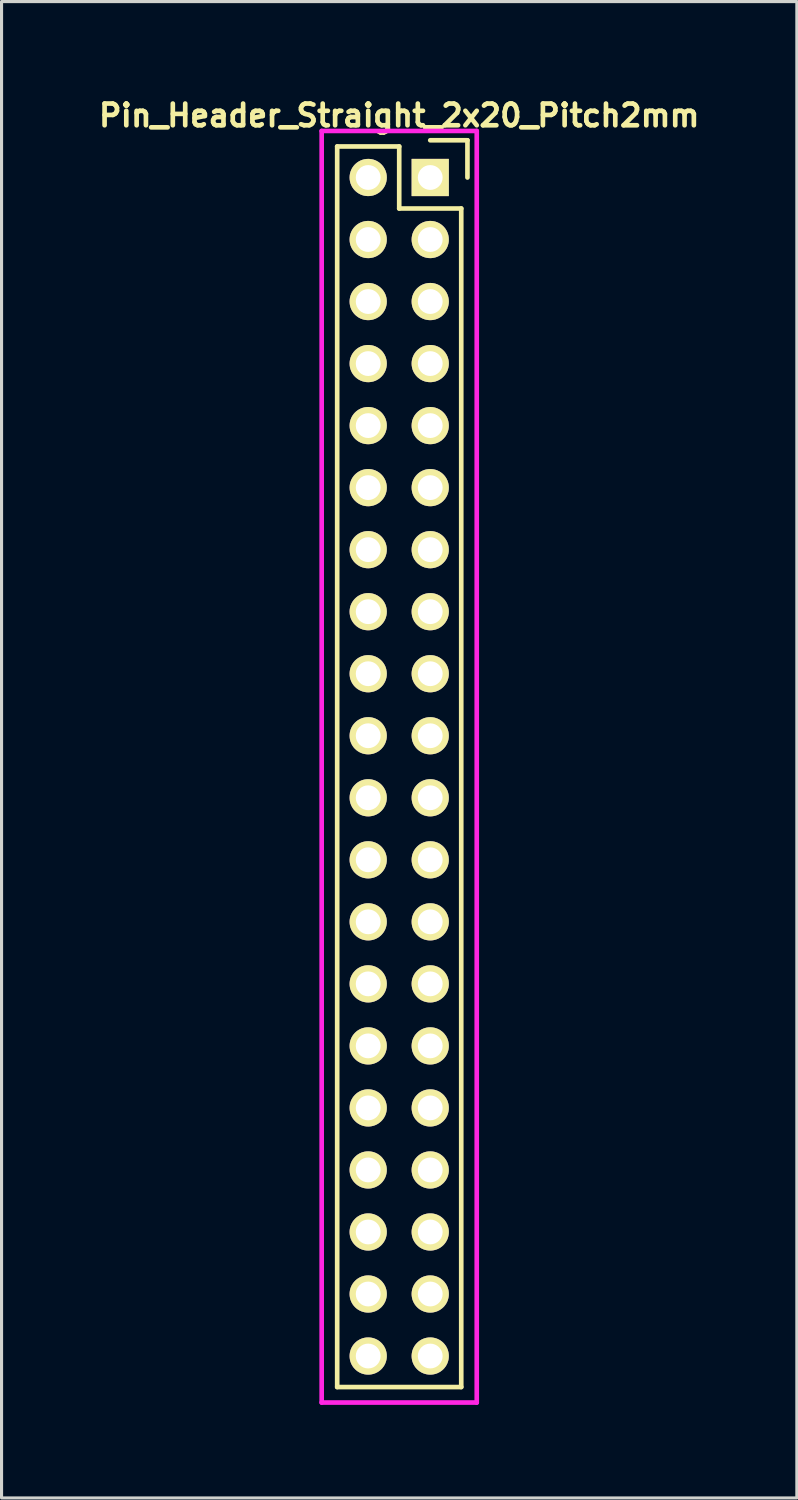
<source format=kicad_pcb>
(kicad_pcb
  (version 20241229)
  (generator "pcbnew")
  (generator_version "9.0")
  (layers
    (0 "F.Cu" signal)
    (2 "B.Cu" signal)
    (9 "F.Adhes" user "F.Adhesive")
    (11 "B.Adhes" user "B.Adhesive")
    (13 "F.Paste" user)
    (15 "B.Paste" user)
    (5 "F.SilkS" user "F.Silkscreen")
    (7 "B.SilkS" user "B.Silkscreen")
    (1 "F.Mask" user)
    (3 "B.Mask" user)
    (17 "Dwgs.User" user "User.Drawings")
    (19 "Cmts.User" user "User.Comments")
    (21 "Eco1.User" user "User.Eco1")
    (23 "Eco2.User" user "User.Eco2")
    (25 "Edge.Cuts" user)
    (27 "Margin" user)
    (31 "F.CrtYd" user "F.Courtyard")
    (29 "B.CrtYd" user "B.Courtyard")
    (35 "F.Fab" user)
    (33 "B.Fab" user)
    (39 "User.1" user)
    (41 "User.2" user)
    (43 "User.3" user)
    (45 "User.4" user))
  (footprint "Pin_Header_Straight_2x20_Pitch2mm"
    (layer "F.Cu")
    (at 10.822 2.673)
    (property "Reference" "Pin_Header_Straight_2x20_Pitch2mm" (at -1 -2 0) (layer "F.SilkS") (effects (font (size 0.7 0.7) (thickness 0.15))))
    (attr through_hole)
    (fp_line (start -3 39) (end -3 -1) (stroke (width 0.15) (type solid)) (layer "F.SilkS"))
    (fp_line (start -3 39) (end 1 39) (stroke (width 0.15) (type solid)) (layer "F.SilkS"))
    (fp_line (start -1 -1) (end -3 -1) (stroke (width 0.15) (type solid)) (layer "F.SilkS"))
    (fp_line (start -1 -1) (end -1 1) (stroke (width 0.15) (type solid)) (layer "F.SilkS"))
    (fp_line (start 1 1) (end -1 1) (stroke (width 0.15) (type solid)) (layer "F.SilkS"))
    (fp_line (start 1 1) (end 1 39) (stroke (width 0.15) (type solid)) (layer "F.SilkS"))
    (fp_line (start 1.2 -1.2) (end 0 -1.2) (stroke (width 0.15) (type solid)) (layer "F.SilkS"))
    (fp_line (start 1.2 -1.2) (end 1.2 0) (stroke (width 0.15) (type solid)) (layer "F.SilkS"))
    (fp_line (start -3.5 -1.5) (end 1.5 -1.5) (stroke (width 0.15) (type solid)) (layer "F.CrtYd"))
    (fp_line (start -3.5 39.5) (end -3.5 -1.5) (stroke (width 0.15) (type solid)) (layer "F.CrtYd"))
    (fp_line (start 1.5 -1.5) (end 1.5 39.5) (stroke (width 0.15) (type solid)) (layer "F.CrtYd"))
    (fp_line (start 1.5 39.5) (end -3.5 39.5) (stroke (width 0.15) (type solid)) (layer "F.CrtYd"))
    (pad "1" thru_hole rect (at 0 0) (size 1.2 1.2) (drill 0.8) (layers "*.Cu" "*.Mask" "F.SilkS"))
    (pad "2" thru_hole circle (at -2 0 270) (size 1.2 1.2) (drill 0.8) (layers "*.Cu" "*.Mask" "F.SilkS"))
    (pad "3" thru_hole circle (at 0 2 270) (size 1.2 1.2) (drill 0.8) (layers "*.Cu" "*.Mask" "F.SilkS"))
    (pad "4" thru_hole circle (at -2 2 270) (size 1.2 1.2) (drill 0.8) (layers "*.Cu" "*.Mask" "F.SilkS"))
    (pad "5" thru_hole circle (at 0 4 270) (size 1.2 1.2) (drill 0.8) (layers "*.Cu" "*.Mask" "F.SilkS"))
    (pad "6" thru_hole circle (at -2 4 270) (size 1.2 1.2) (drill 0.8) (layers "*.Cu" "*.Mask" "F.SilkS"))
    (pad "7" thru_hole circle (at 0 6 270) (size 1.2 1.2) (drill 0.8) (layers "*.Cu" "*.Mask" "F.SilkS"))
    (pad "8" thru_hole circle (at -2 6 270) (size 1.2 1.2) (drill 0.8) (layers "*.Cu" "*.Mask" "F.SilkS"))
    (pad "9" thru_hole circle (at 0 8 270) (size 1.2 1.2) (drill 0.8) (layers "*.Cu" "*.Mask" "F.SilkS"))
    (pad "10" thru_hole circle (at -2 8 270) (size 1.2 1.2) (drill 0.8) (layers "*.Cu" "*.Mask" "F.SilkS"))
    (pad "11" thru_hole circle (at 0 10 270) (size 1.2 1.2) (drill 0.8) (layers "*.Cu" "*.Mask" "F.SilkS"))
    (pad "12" thru_hole circle (at -2 10 270) (size 1.2 1.2) (drill 0.8) (layers "*.Cu" "*.Mask" "F.SilkS"))
    (pad "13" thru_hole circle (at 0 12 270) (size 1.2 1.2) (drill 0.8) (layers "*.Cu" "*.Mask" "F.SilkS"))
    (pad "14" thru_hole circle (at -2 12 270) (size 1.2 1.2) (drill 0.8) (layers "*.Cu" "*.Mask" "F.SilkS"))
    (pad "15" thru_hole circle (at 0 14 270) (size 1.2 1.2) (drill 0.8) (layers "*.Cu" "*.Mask" "F.SilkS"))
    (pad "16" thru_hole circle (at -2 14 270) (size 1.2 1.2) (drill 0.8) (layers "*.Cu" "*.Mask" "F.SilkS"))
    (pad "17" thru_hole circle (at 0 16 270) (size 1.2 1.2) (drill 0.8) (layers "*.Cu" "*.Mask" "F.SilkS"))
    (pad "18" thru_hole circle (at -2 16 270) (size 1.2 1.2) (drill 0.8) (layers "*.Cu" "*.Mask" "F.SilkS"))
    (pad "19" thru_hole circle (at 0 18 270) (size 1.2 1.2) (drill 0.8) (layers "*.Cu" "*.Mask" "F.SilkS"))
    (pad "20" thru_hole circle (at -2 18 270) (size 1.2 1.2) (drill 0.8) (layers "*.Cu" "*.Mask" "F.SilkS"))
    (pad "21" thru_hole circle (at 0 20 270) (size 1.2 1.2) (drill 0.8) (layers "*.Cu" "*.Mask" "F.SilkS"))
    (pad "22" thru_hole circle (at -2 20 270) (size 1.2 1.2) (drill 0.8) (layers "*.Cu" "*.Mask" "F.SilkS"))
    (pad "23" thru_hole circle (at 0 22 270) (size 1.2 1.2) (drill 0.8) (layers "*.Cu" "*.Mask" "F.SilkS"))
    (pad "24" thru_hole circle (at -2 22 270) (size 1.2 1.2) (drill 0.8) (layers "*.Cu" "*.Mask" "F.SilkS"))
    (pad "25" thru_hole circle (at 0 24 270) (size 1.2 1.2) (drill 0.8) (layers "*.Cu" "*.Mask" "F.SilkS"))
    (pad "26" thru_hole circle (at -2 24 270) (size 1.2 1.2) (drill 0.8) (layers "*.Cu" "*.Mask" "F.SilkS"))
    (pad "27" thru_hole circle (at 0 26 270) (size 1.2 1.2) (drill 0.8) (layers "*.Cu" "*.Mask" "F.SilkS"))
    (pad "28" thru_hole circle (at -2 26 270) (size 1.2 1.2) (drill 0.8) (layers "*.Cu" "*.Mask" "F.SilkS"))
    (pad "29" thru_hole circle (at 0 28 270) (size 1.2 1.2) (drill 0.8) (layers "*.Cu" "*.Mask" "F.SilkS"))
    (pad "30" thru_hole circle (at -2 28 270) (size 1.2 1.2) (drill 0.8) (layers "*.Cu" "*.Mask" "F.SilkS"))
    (pad "31" thru_hole circle (at 0 30 270) (size 1.2 1.2) (drill 0.8) (layers "*.Cu" "*.Mask" "F.SilkS"))
    (pad "32" thru_hole circle (at -2 30 270) (size 1.2 1.2) (drill 0.8) (layers "*.Cu" "*.Mask" "F.SilkS"))
    (pad "33" thru_hole circle (at 0 32 270) (size 1.2 1.2) (drill 0.8) (layers "*.Cu" "*.Mask" "F.SilkS"))
    (pad "34" thru_hole circle (at -2 32 270) (size 1.2 1.2) (drill 0.8) (layers "*.Cu" "*.Mask" "F.SilkS"))
    (pad "35" thru_hole circle (at 0 34 270) (size 1.2 1.2) (drill 0.8) (layers "*.Cu" "*.Mask" "F.SilkS"))
    (pad "36" thru_hole circle (at -2 34 270) (size 1.2 1.2) (drill 0.8) (layers "*.Cu" "*.Mask" "F.SilkS"))
    (pad "37" thru_hole circle (at 0 36 270) (size 1.2 1.2) (drill 0.8) (layers "*.Cu" "*.Mask" "F.SilkS"))
    (pad "38" thru_hole circle (at -2 36 270) (size 1.2 1.2) (drill 0.8) (layers "*.Cu" "*.Mask" "F.SilkS"))
    (pad "39" thru_hole circle (at 0 38 270) (size 1.2 1.2) (drill 0.8) (layers "*.Cu" "*.Mask" "F.SilkS"))
    (pad "40" thru_hole circle (at -2 38 270) (size 1.2 1.2) (drill 0.8) (layers "*.Cu" "*.Mask" "F.SilkS")))
  (gr_rect
    (start -3 -3)
    (end 22.643 45.248)
    (stroke (width 0.1) (type default))
    (fill no)
    (layer "Edge.Cuts")))
</source>
